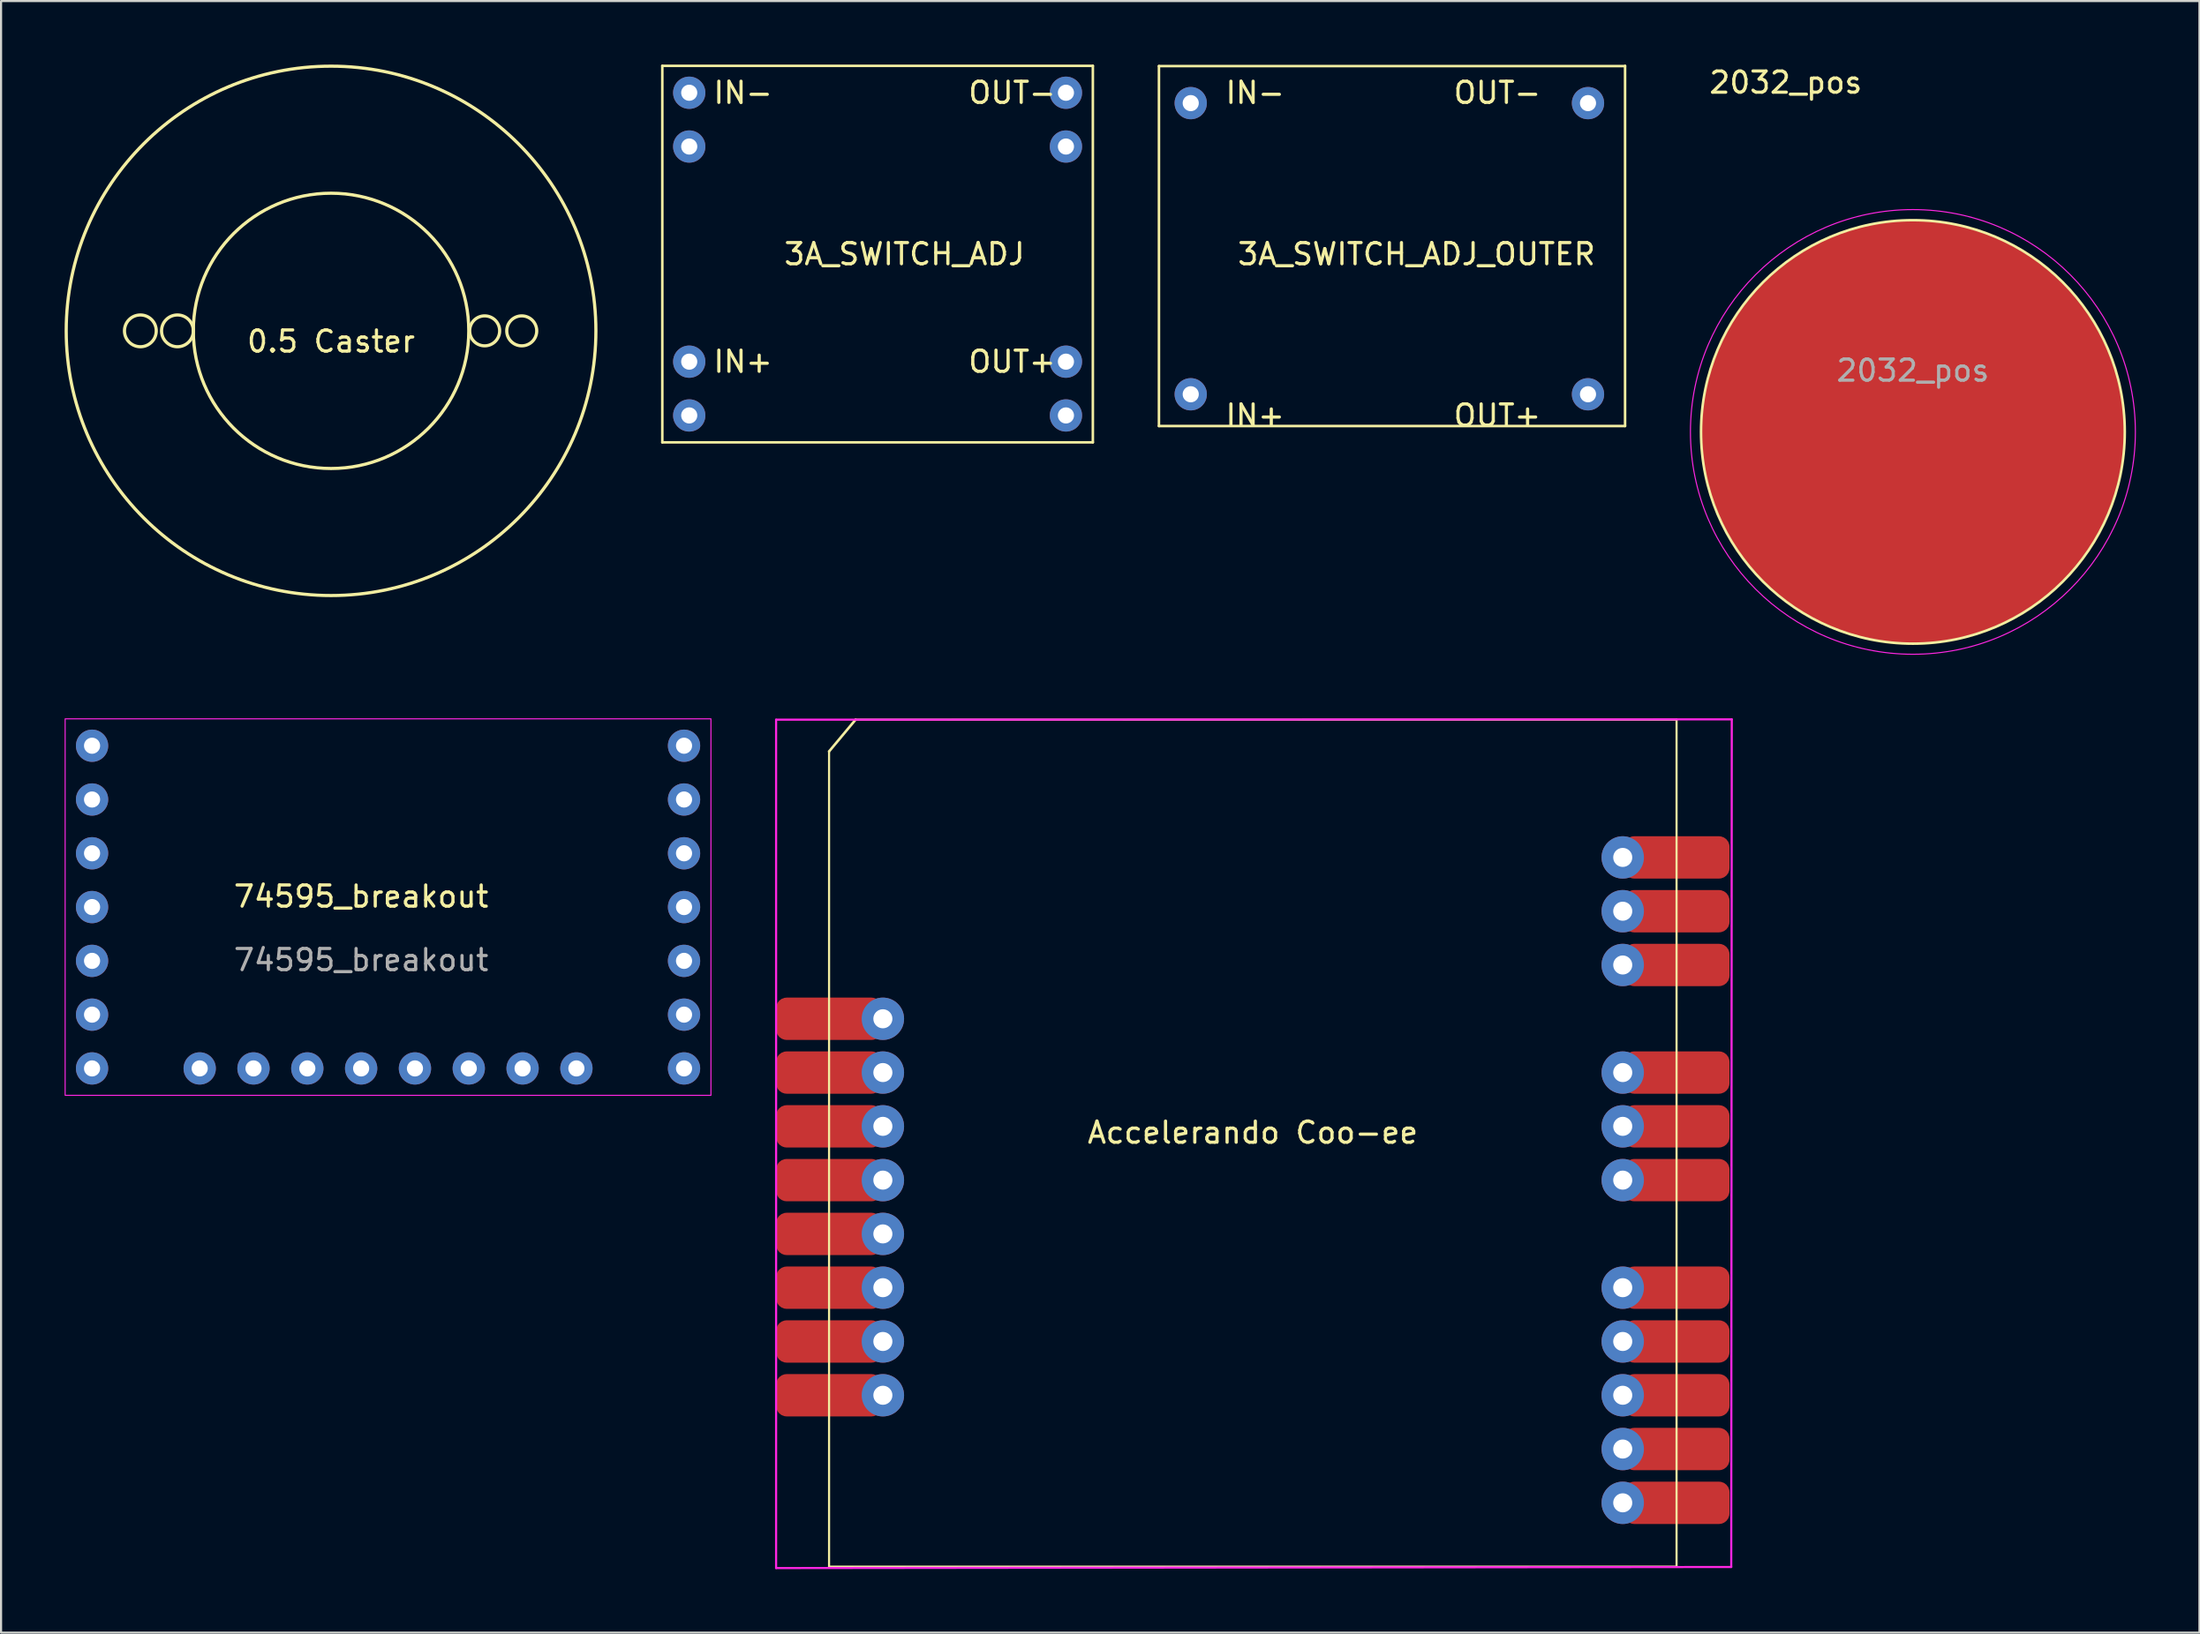
<source format=kicad_pcb>
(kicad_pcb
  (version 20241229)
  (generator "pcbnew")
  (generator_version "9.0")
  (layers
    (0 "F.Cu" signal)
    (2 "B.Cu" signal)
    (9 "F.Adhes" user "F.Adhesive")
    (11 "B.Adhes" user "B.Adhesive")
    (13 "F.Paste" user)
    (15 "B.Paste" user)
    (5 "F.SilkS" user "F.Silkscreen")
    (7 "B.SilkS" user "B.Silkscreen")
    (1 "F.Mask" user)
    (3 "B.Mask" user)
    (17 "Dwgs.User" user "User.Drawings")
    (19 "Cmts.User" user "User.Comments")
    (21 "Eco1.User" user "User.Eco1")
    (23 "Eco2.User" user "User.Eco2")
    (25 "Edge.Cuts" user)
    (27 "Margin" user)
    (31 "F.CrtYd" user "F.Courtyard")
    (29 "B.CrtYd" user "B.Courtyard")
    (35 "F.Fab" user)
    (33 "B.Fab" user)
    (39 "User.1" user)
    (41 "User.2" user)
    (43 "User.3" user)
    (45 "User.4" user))
  (footprint "2032_pos"
    (layer "F.Cu")
    (at 87.235 17.348)
    (property "Reference" "2032_pos" (at -6 -16.5 0) (layer "F.SilkS") (effects (font (size 1 1) (thickness 0.15))))
    (attr exclude_from_pos_files exclude_from_bom)
    (fp_circle (center 0 0) (end 10 0) (stroke (width 0.12) (type solid)) (fill no) (layer "F.SilkS"))
    (fp_circle (center 0 0) (end 10.5 0) (stroke (width 0.05) (type solid)) (fill no) (layer "F.CrtYd"))
    (fp_text user "${REFERENCE}" (at 0 -2.9 0) (layer "F.Fab") (effects (font (size 1 1) (thickness 0.15))))
    (pad "1" smd custom (at 0 0) (size 20 20) (layers "F.Cu" "F.Mask" "F.Paste") (options (anchor circle)) (primitives (gr_circle (center 0 0) (end 7 0) (width 6) (fill no)))))
  (footprint "0.5 Caster"
    (layer "F.Cu")
    (at 12.575 12.575)
    (property "Reference" "0.5 Caster" (at 0 0.5 0) (layer "F.SilkS") (effects (font (size 1 1) (thickness 0.15))))
    (attr through_hole)
    (fp_circle (center -9 0) (end -8.25 0) (stroke (width 0.15) (type solid)) (fill no) (layer "F.SilkS"))
    (fp_circle (center -7.25 0) (end -6.5 0) (stroke (width 0.15) (type solid)) (fill no) (layer "F.SilkS"))
    (fp_circle (center 0 0) (end 6.5 0) (stroke (width 0.15) (type solid)) (fill no) (layer "F.SilkS"))
    (fp_circle (center 0 0) (end 12.5 0) (stroke (width 0.15) (type solid)) (fill no) (layer "F.SilkS"))
    (fp_circle (center 7.25 0) (end 7.75 -0.5) (stroke (width 0.15) (type solid)) (fill no) (layer "F.SilkS"))
    (fp_circle (center 9 0) (end 9.5 -0.5) (stroke (width 0.15) (type solid)) (fill no) (layer "F.SilkS")))
  (footprint "74595_breakout"
    (layer "F.Cu")
    (at 13.995 39.788)
    (property "Reference" "74595_breakout" (at 0 -0.5 0) (unlocked yes) (layer "F.SilkS") (effects (font (size 1 1) (thickness 0.15))))
    (attr through_hole)
    (fp_rect (start -13.97 8.89) (end 16.51 -8.89) (stroke (width 0.05) (type solid)) (fill no) (layer "F.CrtYd"))
    (fp_text user "${REFERENCE}" (at 0 2.5 0) (unlocked yes) (layer "F.Fab") (effects (font (size 1 1) (thickness 0.15))))
    (pad "1" thru_hole circle (at -5.08 7.62) (size 1.524 1.524) (drill 0.762) (layers "*.Cu" "*.Mask"))
    (pad "2" thru_hole circle (at -2.54 7.62) (size 1.524 1.524) (drill 0.762) (layers "*.Cu" "*.Mask"))
    (pad "3" thru_hole circle (at 0 7.62) (size 1.524 1.524) (drill 0.762) (layers "*.Cu" "*.Mask"))
    (pad "4" thru_hole circle (at 2.54 7.62) (size 1.524 1.524) (drill 0.762) (layers "*.Cu" "*.Mask"))
    (pad "5" thru_hole circle (at 5.08 7.62) (size 1.524 1.524) (drill 0.762) (layers "*.Cu" "*.Mask"))
    (pad "6" thru_hole circle (at 7.62 7.62) (size 1.524 1.524) (drill 0.762) (layers "*.Cu" "*.Mask"))
    (pad "7" thru_hole circle (at 10.16 7.62) (size 1.524 1.524) (drill 0.762) (layers "*.Cu" "*.Mask"))
    (pad "8" thru_hole circle (at -12.7 5.08) (size 1.524 1.524) (drill 0.762) (layers "*.Cu" "*.Mask"))
    (pad "8" thru_hole circle (at 15.24 5.08) (size 1.524 1.524) (drill 0.762) (layers "*.Cu" "*.Mask"))
    (pad "9" thru_hole circle (at 15.24 -7.62) (size 1.524 1.524) (drill 0.762) (layers "*.Cu" "*.Mask"))
    (pad "10" thru_hole circle (at -12.7 2.54) (size 1.524 1.524) (drill 0.762) (layers "*.Cu" "*.Mask"))
    (pad "10" thru_hole circle (at 15.24 2.54) (size 1.524 1.524) (drill 0.762) (layers "*.Cu" "*.Mask"))
    (pad "11" thru_hole circle (at -12.7 -2.54) (size 1.524 1.524) (drill 0.762) (layers "*.Cu" "*.Mask"))
    (pad "11" thru_hole circle (at 15.24 -2.54) (size 1.524 1.524) (drill 0.762) (layers "*.Cu" "*.Mask"))
    (pad "12" thru_hole circle (at -12.7 -5.08) (size 1.524 1.524) (drill 0.762) (layers "*.Cu" "*.Mask"))
    (pad "12" thru_hole circle (at 15.24 -5.08) (size 1.524 1.524) (drill 0.762) (layers "*.Cu" "*.Mask"))
    (pad "13" thru_hole circle (at -12.7 0) (size 1.524 1.524) (drill 0.762) (layers "*.Cu" "*.Mask"))
    (pad "13" thru_hole circle (at 15.24 0) (size 1.524 1.524) (drill 0.762) (layers "*.Cu" "*.Mask"))
    (pad "14" thru_hole circle (at -12.7 -7.62) (size 1.524 1.524) (drill 0.762) (layers "*.Cu" "*.Mask"))
    (pad "15" thru_hole circle (at -7.62 7.62) (size 1.524 1.524) (drill 0.762) (layers "*.Cu" "*.Mask"))
    (pad "16" thru_hole circle (at -12.7 7.62) (size 1.524 1.524) (drill 0.762) (layers "*.Cu" "*.Mask"))
    (pad "16" thru_hole circle (at 15.24 7.62) (size 1.524 1.524) (drill 0.762) (layers "*.Cu" "*.Mask")))
  (footprint "3A_SWITCH_ADJ_OUTER"
    (layer "F.Cu")
    (at 53.65 16.57)
    (property "Reference" "3A_SWITCH_ADJ_OUTER" (at 10.16 -7.62 0) (layer "F.SilkS") (effects (font (size 1 1) (thickness 0.15))))
    (attr through_hole)
    (fp_line (start -2 -16.5) (end -2 0.5) (stroke (width 0.12) (type solid)) (layer "F.SilkS"))
    (fp_line (start -2 0.5) (end 20 0.5) (stroke (width 0.12) (type solid)) (layer "F.SilkS"))
    (fp_line (start 20 -16.5) (end -2 -16.5) (stroke (width 0.12) (type solid)) (layer "F.SilkS"))
    (fp_line (start 20 0.5) (end 20 -16.51) (stroke (width 0.12) (type solid)) (layer "F.SilkS"))
    (fp_text user "IN+" (at 2.54 0 180) (layer "F.SilkS") (effects (font (size 1 1) (thickness 0.15))))
    (fp_text user "IN-" (at 2.54 -15.24 180) (layer "F.SilkS") (effects (font (size 1 1) (thickness 0.15))))
    (fp_text user "OUT+" (at 13.97 0 180) (layer "F.SilkS") (effects (font (size 1 1) (thickness 0.15))))
    (fp_text user "OUT-" (at 13.97 -15.24 180) (layer "F.SilkS") (effects (font (size 1 1) (thickness 0.15))))
    (pad "1" thru_hole circle (at -0.5 -14.75) (size 1.524 1.524) (drill 0.762) (layers "*.Cu" "*.Mask"))
    (pad "4" thru_hole circle (at -0.5 -1) (size 1.524 1.524) (drill 0.762) (layers "*.Cu" "*.Mask"))
    (pad "5" thru_hole circle (at 18.25 -1) (size 1.524 1.524) (drill 0.762) (layers "*.Cu" "*.Mask"))
    (pad "8" thru_hole circle (at 18.25 -14.75) (size 1.524 1.524) (drill 0.762) (layers "*.Cu" "*.Mask")))
  (footprint "Accelerando Coo-ee"
    (layer "F.Cu")
    (at 56.08 50.938)
    (property "Reference" "Accelerando Coo-ee" (at 0 -0.5 0) (unlocked yes) (layer "F.SilkS") (effects (font (size 1 1) (thickness 0.15))))
    (attr smd)
    (fp_line (start -20 -18.5) (end -20 20) (stroke (width 0.1) (type solid)) (layer "F.SilkS"))
    (fp_line (start -20 -18.5) (end -18.75 -20) (stroke (width 0.12) (type solid)) (layer "F.SilkS"))
    (fp_line (start -20 20) (end 20 20) (stroke (width 0.1) (type solid)) (layer "F.SilkS"))
    (fp_line (start 20 -20) (end -18.75 -20) (stroke (width 0.1) (type solid)) (layer "F.SilkS"))
    (fp_line (start 20 20) (end 20 -20) (stroke (width 0.1) (type solid)) (layer "F.SilkS"))
    (fp_line (start -22.5 -20) (end -22.5 20.066) (stroke (width 0.1) (type solid)) (layer "F.CrtYd"))
    (fp_line (start -22.5 20.066) (end 22.581 20.015) (stroke (width 0.1) (type solid)) (layer "F.CrtYd"))
    (fp_line (start 22.581 20.015) (end 22.606 -20.015) (stroke (width 0.1) (type solid)) (layer "F.CrtYd"))
    (fp_line (start 22.606 -20.015) (end -22.5 -20) (stroke (width 0.1) (type solid)) (layer "F.CrtYd"))
    (pad "1" smd roundrect (at -20 -5.875) (size 5 2) (layers "F.Cu" "F.Mask" "F.Paste") (roundrect_rratio 0.25))
    (pad "1" thru_hole oval (at -17.46 -5.875) (size 2 2) (drill 0.9) (layers "*.Cu" "*.Mask"))
    (pad "2" smd roundrect (at -20 -3.335) (size 5 2) (layers "F.Cu" "F.Mask" "F.Paste") (roundrect_rratio 0.25))
    (pad "2" thru_hole oval (at -17.46 -3.335) (size 2 2) (drill 0.9) (layers "*.Cu" "*.Mask"))
    (pad "3" smd roundrect (at -20 -0.795) (size 5 2) (layers "F.Cu" "F.Mask" "F.Paste") (roundrect_rratio 0.25))
    (pad "3" thru_hole oval (at -17.46 -0.795) (size 2 2) (drill 0.9) (layers "*.Cu" "*.Mask"))
    (pad "4" smd roundrect (at -20 1.745) (size 5 2) (layers "F.Cu" "F.Mask" "F.Paste") (roundrect_rratio 0.25))
    (pad "4" thru_hole oval (at -17.46 1.745) (size 2 2) (drill 0.9) (layers "*.Cu" "*.Mask"))
    (pad "5" smd roundrect (at -20 4.285) (size 5 2) (layers "F.Cu" "F.Mask" "F.Paste") (roundrect_rratio 0.25))
    (pad "5" thru_hole oval (at -17.46 4.285) (size 2 2) (drill 0.9) (layers "*.Cu" "*.Mask"))
    (pad "6" smd roundrect (at -20 6.825) (size 5 2) (layers "F.Cu" "F.Mask" "F.Paste") (roundrect_rratio 0.25))
    (pad "6" thru_hole oval (at -17.46 6.825) (size 2 2) (drill 0.9) (layers "*.Cu" "*.Mask"))
    (pad "7" smd roundrect (at -20 9.365) (size 5 2) (layers "F.Cu" "F.Mask" "F.Paste") (roundrect_rratio 0.25))
    (pad "7" thru_hole oval (at -17.46 9.365) (size 2 2) (drill 0.9) (layers "*.Cu" "*.Mask"))
    (pad "8" smd roundrect (at -20 11.905) (size 5 2) (layers "F.Cu" "F.Mask" "F.Paste") (roundrect_rratio 0.25))
    (pad "8" thru_hole oval (at -17.46 11.905) (size 2 2) (drill 0.9) (layers "*.Cu" "*.Mask"))
    (pad "9" thru_hole oval (at 17.46 16.985) (size 2 2) (drill 0.9) (layers "*.Cu" "*.Mask"))
    (pad "9" smd roundrect (at 20 16.985) (size 5 2) (layers "F.Cu" "F.Mask" "F.Paste") (roundrect_rratio 0.25))
    (pad "10" thru_hole oval (at 17.46 14.445) (size 2 2) (drill 0.9) (layers "*.Cu" "*.Mask"))
    (pad "10" smd roundrect (at 20 14.445) (size 5 2) (layers "F.Cu" "F.Mask" "F.Paste") (roundrect_rratio 0.25))
    (pad "11" thru_hole oval (at 17.46 11.905) (size 2 2) (drill 0.9) (layers "*.Cu" "*.Mask"))
    (pad "11" smd roundrect (at 20 11.905) (size 5 2) (layers "F.Cu" "F.Mask" "F.Paste") (roundrect_rratio 0.25))
    (pad "12" thru_hole oval (at 17.46 9.365) (size 2 2) (drill 0.9) (layers "*.Cu" "*.Mask"))
    (pad "12" smd roundrect (at 20 9.365) (size 5 2) (layers "F.Cu" "F.Mask" "F.Paste") (roundrect_rratio 0.25))
    (pad "13" thru_hole oval (at 17.46 6.825) (size 2 2) (drill 0.9) (layers "*.Cu" "*.Mask"))
    (pad "13" smd roundrect (at 20 6.825) (size 5 2) (layers "F.Cu" "F.Mask" "F.Paste") (roundrect_rratio 0.25))
    (pad "14" thru_hole oval (at 17.46 1.745) (size 2 2) (drill 0.9) (layers "*.Cu" "*.Mask"))
    (pad "14" smd roundrect (at 20 1.745) (size 5 2) (layers "F.Cu" "F.Mask" "F.Paste") (roundrect_rratio 0.25))
    (pad "15" thru_hole oval (at 17.46 -0.795) (size 2 2) (drill 0.9) (layers "*.Cu" "*.Mask"))
    (pad "15" smd roundrect (at 20 -0.795) (size 5 2) (layers "F.Cu" "F.Mask" "F.Paste") (roundrect_rratio 0.25))
    (pad "16" thru_hole oval (at 17.46 -3.335) (size 2 2) (drill 0.9) (layers "*.Cu" "*.Mask"))
    (pad "16" smd roundrect (at 20 -3.335) (size 5 2) (layers "F.Cu" "F.Mask" "F.Paste") (roundrect_rratio 0.25))
    (pad "17" thru_hole oval (at 17.46 -8.415) (size 2 2) (drill 0.9) (layers "*.Cu" "*.Mask"))
    (pad "17" smd roundrect (at 20 -8.415) (size 5 2) (layers "F.Cu" "F.Mask" "F.Paste") (roundrect_rratio 0.25))
    (pad "18" thru_hole oval (at 17.46 -13.495) (size 2 2) (drill 0.9) (layers "*.Cu" "*.Mask"))
    (pad "18" thru_hole oval (at 17.46 -10.955) (size 2 2) (drill 0.9) (layers "*.Cu" "*.Mask"))
    (pad "18" smd roundrect (at 20 -13.495) (size 5 2) (layers "F.Cu" "F.Mask" "F.Paste") (roundrect_rratio 0.25))
    (pad "18" smd roundrect (at 20 -10.955) (size 5 2) (layers "F.Cu" "F.Mask" "F.Paste") (roundrect_rratio 0.25)))
  (footprint "3A_SWITCH_ADJ"
    (layer "F.Cu")
    (at 29.48 16.57)
    (property "Reference" "3A_SWITCH_ADJ" (at 10.16 -7.62 0) (layer "F.SilkS") (effects (font (size 1 1) (thickness 0.15))))
    (attr through_hole)
    (fp_line (start -1.27 -16.51) (end -1.27 1.27) (stroke (width 0.12) (type solid)) (layer "F.SilkS"))
    (fp_line (start -1.27 1.27) (end 19.05 1.27) (stroke (width 0.12) (type solid)) (layer "F.SilkS"))
    (fp_line (start 19.05 -16.51) (end -1.27 -16.51) (stroke (width 0.12) (type solid)) (layer "F.SilkS"))
    (fp_line (start 19.05 1.27) (end 19.05 -16.51) (stroke (width 0.12) (type solid)) (layer "F.SilkS"))
    (fp_text user "IN+" (at 2.54 -2.54 180) (layer "F.SilkS") (effects (font (size 1 1) (thickness 0.15))))
    (fp_text user "IN-" (at 2.54 -15.24 180) (layer "F.SilkS") (effects (font (size 1 1) (thickness 0.15))))
    (fp_text user "OUT-" (at 15.24 -15.24 180) (layer "F.SilkS") (effects (font (size 1 1) (thickness 0.15))))
    (fp_text user "OUT+" (at 15.24 -2.54 180) (layer "F.SilkS") (effects (font (size 1 1) (thickness 0.15))))
    (pad "1" thru_hole circle (at 0 -15.24) (size 1.524 1.524) (drill 0.762) (layers "*.Cu" "*.Mask"))
    (pad "2" thru_hole circle (at 0 -12.7) (size 1.524 1.524) (drill 0.762) (layers "*.Cu" "*.Mask"))
    (pad "3" thru_hole circle (at 0 -2.54) (size 1.524 1.524) (drill 0.762) (layers "*.Cu" "*.Mask"))
    (pad "4" thru_hole circle (at 0 0) (size 1.524 1.524) (drill 0.762) (layers "*.Cu" "*.Mask"))
    (pad "5" thru_hole circle (at 17.78 0) (size 1.524 1.524) (drill 0.762) (layers "*.Cu" "*.Mask"))
    (pad "6" thru_hole circle (at 17.78 -2.54) (size 1.524 1.524) (drill 0.762) (layers "*.Cu" "*.Mask"))
    (pad "7" thru_hole circle (at 17.78 -12.7) (size 1.524 1.524) (drill 0.762) (layers "*.Cu" "*.Mask"))
    (pad "8" thru_hole circle (at 17.78 -15.24) (size 1.524 1.524) (drill 0.762) (layers "*.Cu" "*.Mask")))
  (gr_rect
    (start -3 -3)
    (end 100.76 74.054)
    (stroke (width 0.1) (type default))
    (fill no)
    (layer "Edge.Cuts")))
</source>
